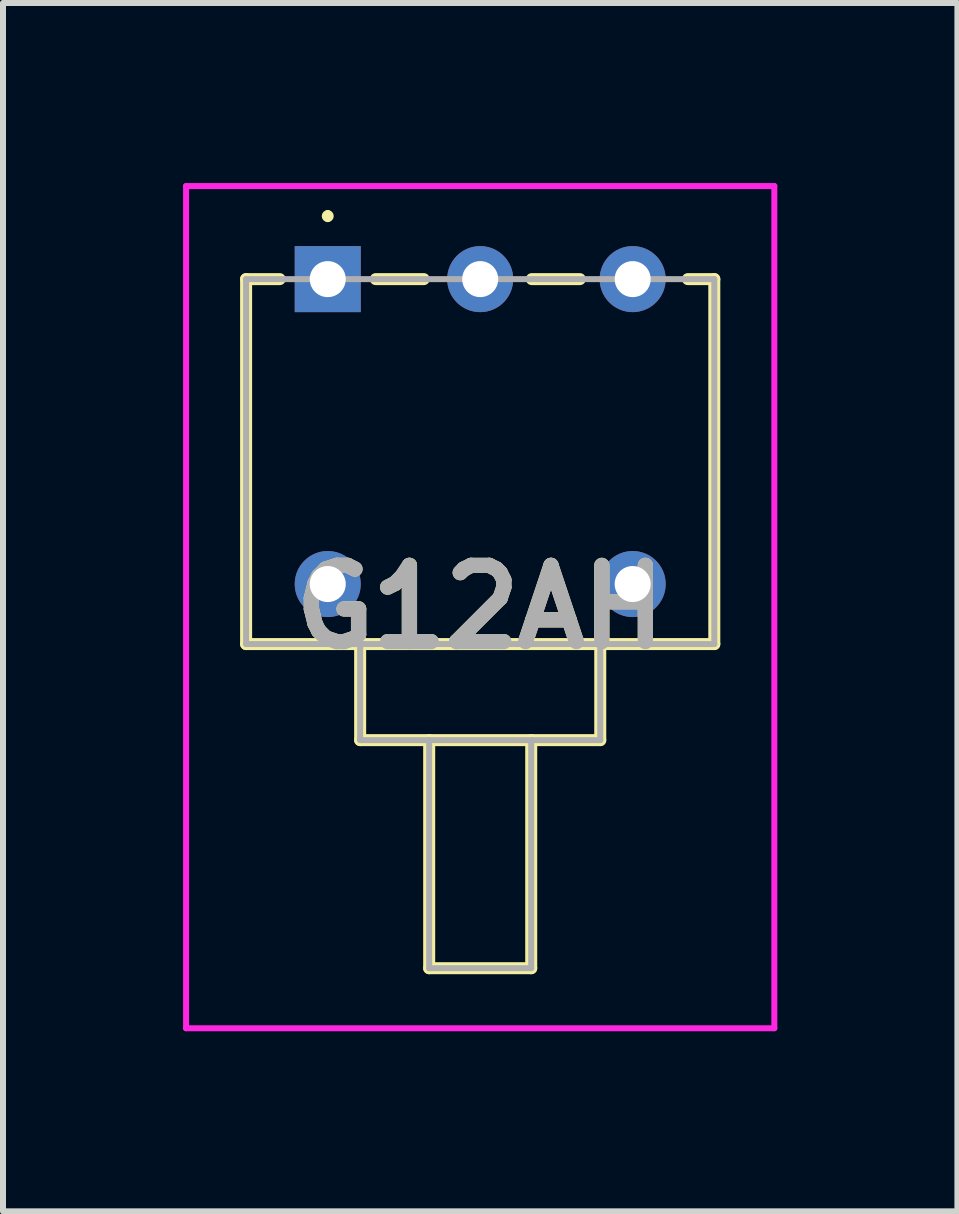
<source format=kicad_pcb>
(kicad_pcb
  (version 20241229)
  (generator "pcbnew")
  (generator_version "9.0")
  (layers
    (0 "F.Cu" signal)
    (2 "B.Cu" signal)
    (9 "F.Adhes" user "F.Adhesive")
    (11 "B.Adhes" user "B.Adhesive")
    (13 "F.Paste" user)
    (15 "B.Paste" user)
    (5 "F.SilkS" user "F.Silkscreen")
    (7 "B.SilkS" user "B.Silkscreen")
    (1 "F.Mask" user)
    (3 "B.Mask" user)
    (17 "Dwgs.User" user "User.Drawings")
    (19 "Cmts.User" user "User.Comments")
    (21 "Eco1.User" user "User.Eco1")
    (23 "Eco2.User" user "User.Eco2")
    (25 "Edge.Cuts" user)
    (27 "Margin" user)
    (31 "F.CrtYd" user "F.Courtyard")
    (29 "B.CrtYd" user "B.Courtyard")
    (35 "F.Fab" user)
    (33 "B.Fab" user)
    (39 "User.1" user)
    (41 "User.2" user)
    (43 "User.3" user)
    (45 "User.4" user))
  (footprint "G12AH"
    (layer "F.Cu")
    (at 2.41 1.6)
    (property "Reference" "G12AH" (at 2.54 5.465 0) (layer "F.SilkS") (effects (font (size 1.27 1.27) (thickness 0.254))))
    (attr through_hole)
    (fp_line (start -1.36 0) (end -1.36 6.08) (stroke (width 0.2) (type solid)) (layer "F.SilkS"))
    (fp_line (start -1.36 6.08) (end 6.44 6.08) (stroke (width 0.2) (type solid)) (layer "F.SilkS"))
    (fp_line (start -0.8 0) (end -1.36 0) (stroke (width 0.2) (type solid)) (layer "F.SilkS"))
    (fp_line (start 0 -1.1) (end 0 -1.1) (stroke (width 0.1) (type solid)) (layer "F.SilkS"))
    (fp_line (start 0 -1) (end 0 -1) (stroke (width 0.1) (type solid)) (layer "F.SilkS"))
    (fp_line (start 0.54 6.08) (end 0.54 7.68) (stroke (width 0.2) (type solid)) (layer "F.SilkS"))
    (fp_line (start 0.54 7.68) (end 4.54 7.68) (stroke (width 0.2) (type solid)) (layer "F.SilkS"))
    (fp_line (start 0.8 0) (end 1.6 0) (stroke (width 0.2) (type solid)) (layer "F.SilkS"))
    (fp_line (start 1.69 7.68) (end 1.69 11.48) (stroke (width 0.2) (type solid)) (layer "F.SilkS"))
    (fp_line (start 1.69 11.48) (end 3.39 11.48) (stroke (width 0.2) (type solid)) (layer "F.SilkS"))
    (fp_line (start 3.39 11.48) (end 3.39 7.68) (stroke (width 0.2) (type solid)) (layer "F.SilkS"))
    (fp_line (start 3.4 0) (end 4.2 0) (stroke (width 0.2) (type solid)) (layer "F.SilkS"))
    (fp_line (start 4.54 7.68) (end 4.54 6.08) (stroke (width 0.2) (type solid)) (layer "F.SilkS"))
    (fp_line (start 6.44 0) (end 6 0) (stroke (width 0.2) (type solid)) (layer "F.SilkS"))
    (fp_line (start 6.44 6.08) (end 6.44 0) (stroke (width 0.2) (type solid)) (layer "F.SilkS"))
    (fp_arc (start 0 -1.1) (mid 0.05 -1.05) (end 0 -1) (stroke (width 0.1) (type solid)) (layer "F.SilkS"))
    (fp_arc (start 0 -1) (mid -0.05 -1.05) (end 0 -1.1) (stroke (width 0.1) (type solid)) (layer "F.SilkS"))
    (fp_line (start -2.36 -1.55) (end 7.44 -1.55) (stroke (width 0.1) (type solid)) (layer "F.CrtYd"))
    (fp_line (start -2.36 12.48) (end -2.36 -1.55) (stroke (width 0.1) (type solid)) (layer "F.CrtYd"))
    (fp_line (start 7.44 -1.55) (end 7.44 12.48) (stroke (width 0.1) (type solid)) (layer "F.CrtYd"))
    (fp_line (start 7.44 12.48) (end -2.36 12.48) (stroke (width 0.1) (type solid)) (layer "F.CrtYd"))
    (fp_line (start -1.36 0) (end -1.36 6.08) (stroke (width 0.1) (type solid)) (layer "F.Fab"))
    (fp_line (start -1.36 6.08) (end 6.44 6.08) (stroke (width 0.1) (type solid)) (layer "F.Fab"))
    (fp_line (start 0.54 6.08) (end 0.54 7.68) (stroke (width 0.1) (type solid)) (layer "F.Fab"))
    (fp_line (start 0.54 7.68) (end 4.54 7.68) (stroke (width 0.1) (type solid)) (layer "F.Fab"))
    (fp_line (start 1.69 7.68) (end 1.69 11.48) (stroke (width 0.1) (type solid)) (layer "F.Fab"))
    (fp_line (start 1.69 11.48) (end 3.39 11.48) (stroke (width 0.1) (type solid)) (layer "F.Fab"))
    (fp_line (start 3.39 11.48) (end 3.39 7.68) (stroke (width 0.1) (type solid)) (layer "F.Fab"))
    (fp_line (start 4.54 7.68) (end 4.54 6.08) (stroke (width 0.1) (type solid)) (layer "F.Fab"))
    (fp_line (start 6.44 0) (end -1.36 0) (stroke (width 0.1) (type solid)) (layer "F.Fab"))
    (fp_line (start 6.44 6.08) (end 6.44 0) (stroke (width 0.1) (type solid)) (layer "F.Fab"))
    (fp_text user "${REFERENCE}" (at 2.54 5.465 0) (layer "F.Fab") (effects (font (size 1.27 1.27) (thickness 0.254))))
    (pad "4" thru_hole rect (at 0 0) (size 1.1 1.1) (drill 0.6) (layers "*.Cu" "*.Mask"))
    (pad "5" thru_hole circle (at 2.54 0) (size 1.1 1.1) (drill 0.6) (layers "*.Cu" "*.Mask"))
    (pad "6" thru_hole circle (at 5.08 0) (size 1.1 1.1) (drill 0.6) (layers "*.Cu" "*.Mask"))
    (pad "7" thru_hole circle (at 0 5.08) (size 1.1 1.1) (drill 0.6) (layers "*.Cu" "*.Mask"))
    (pad "8" thru_hole circle (at 5.08 5.08) (size 1.1 1.1) (drill 0.6) (layers "*.Cu" "*.Mask")))
  (gr_rect
    (start -3 -3)
    (end 12.9 17.13)
    (stroke (width 0.1) (type default))
    (fill no)
    (layer "Edge.Cuts")))
</source>
